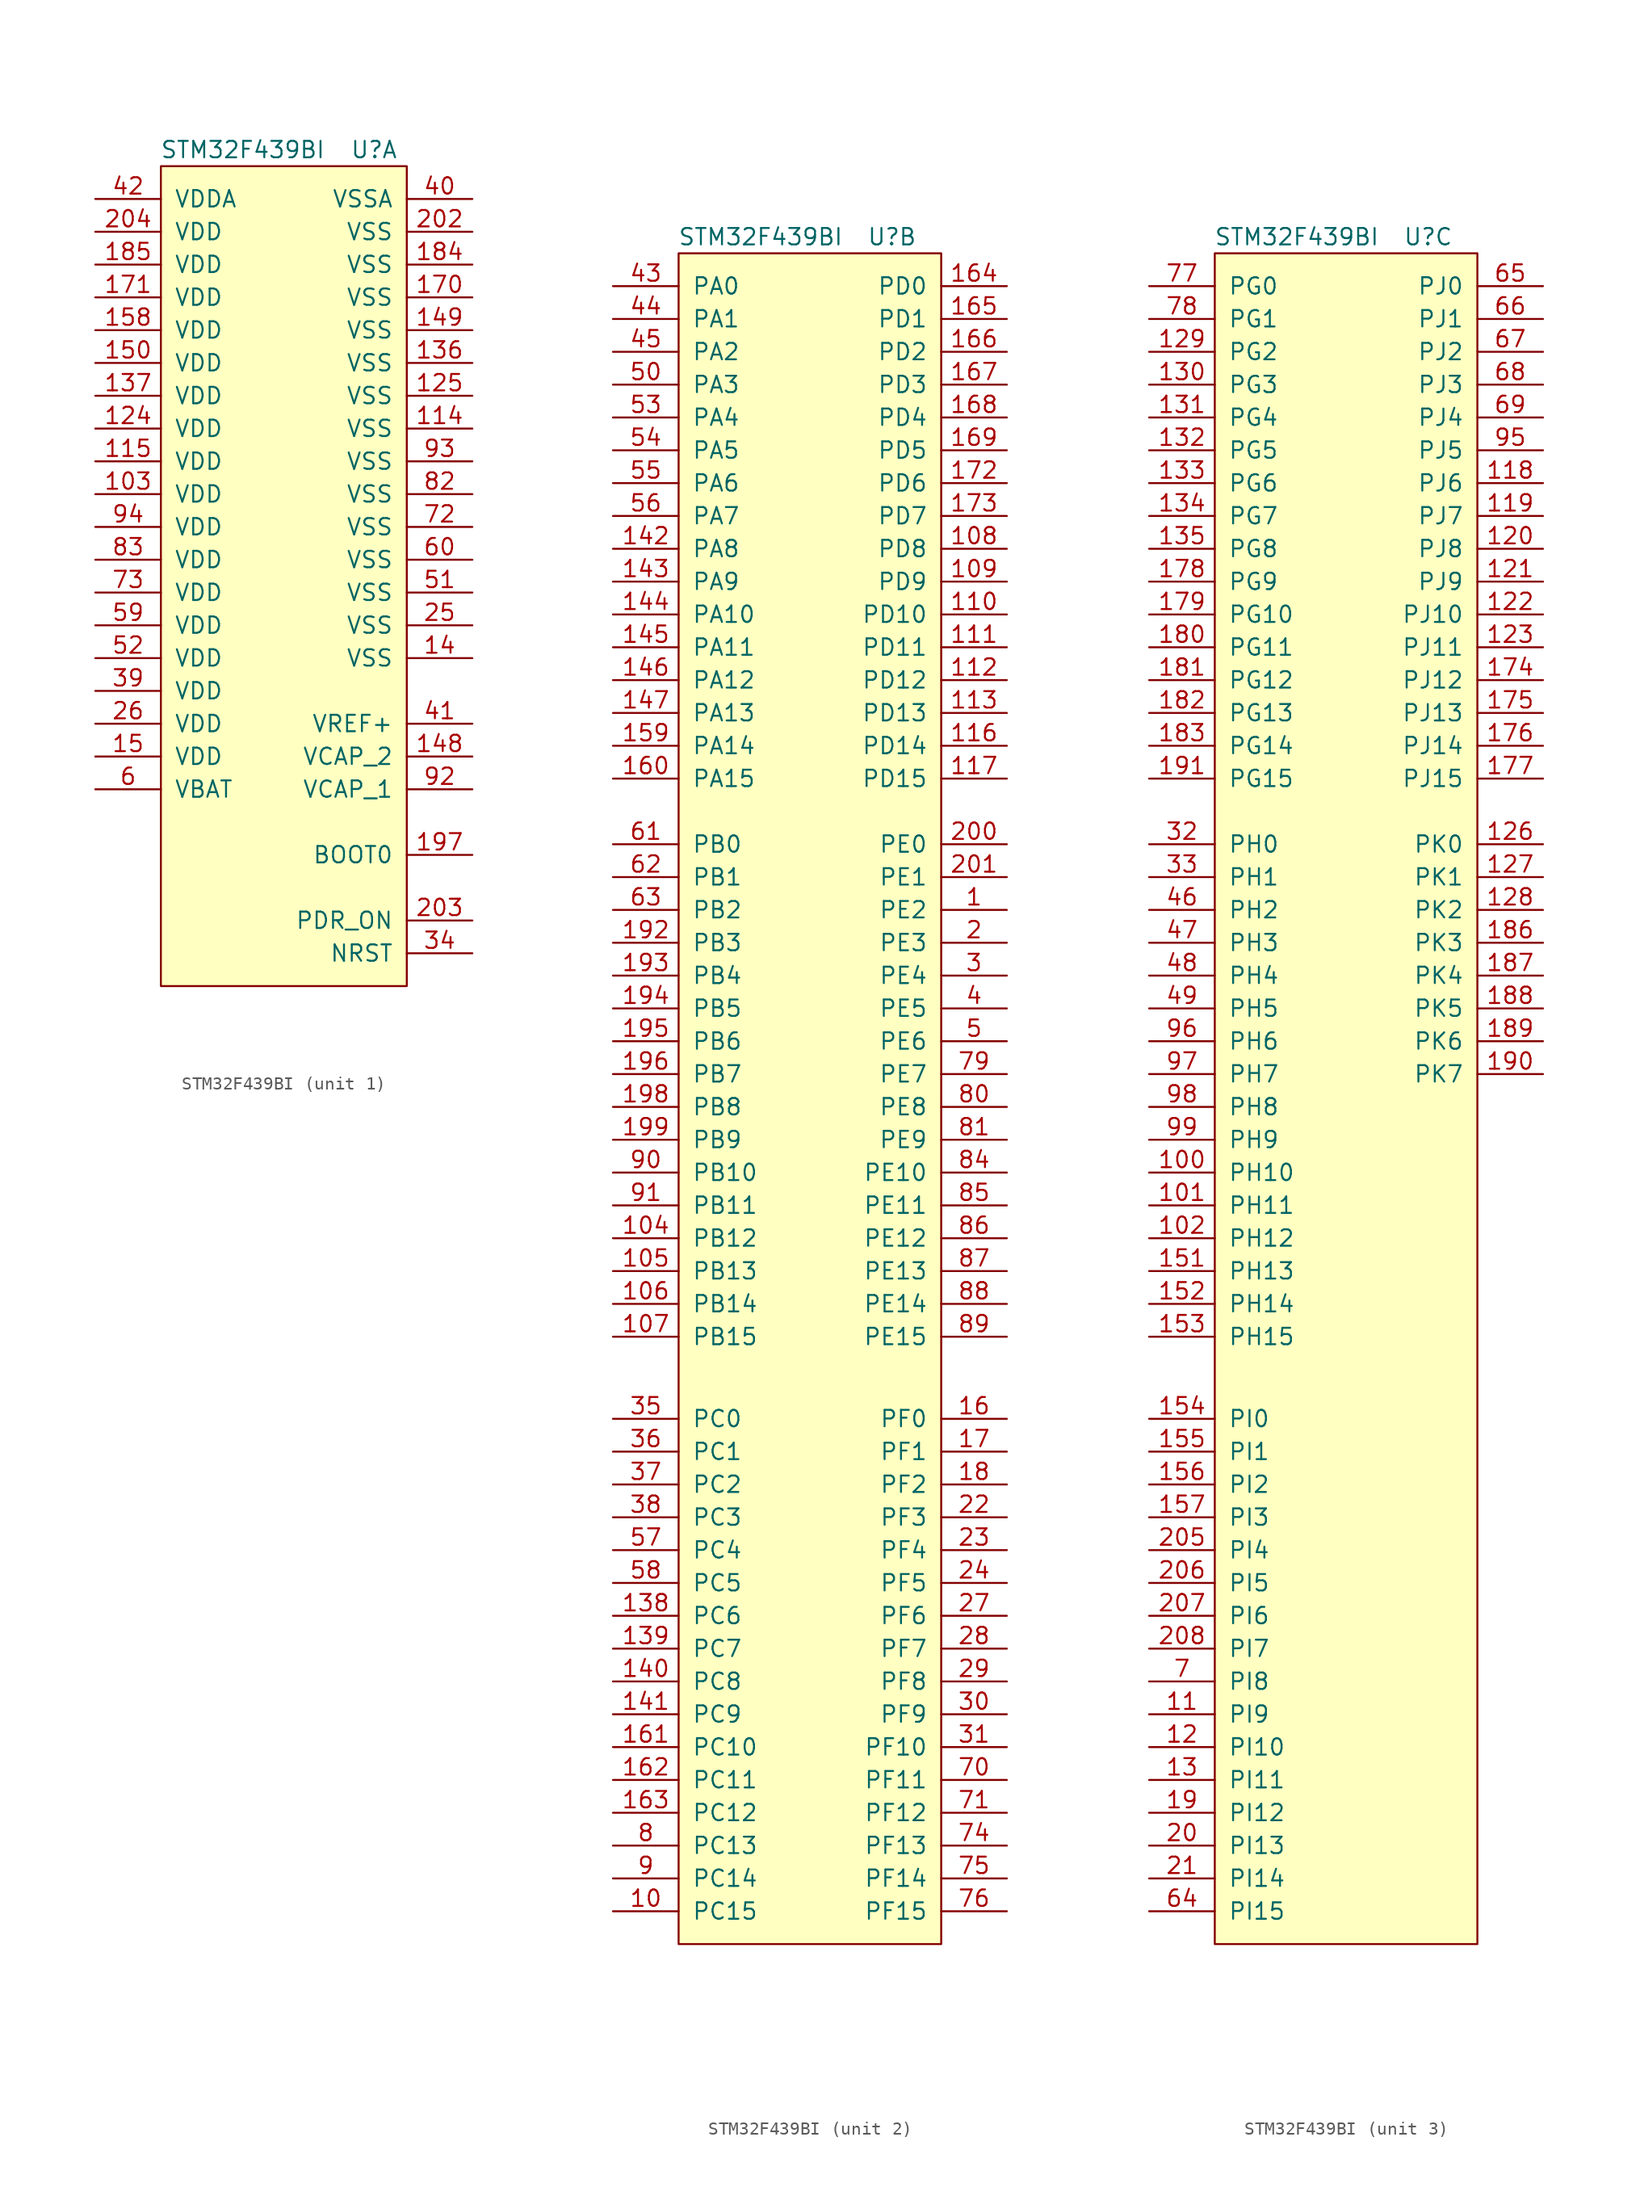
<source format=kicad_sym>
(kicad_symbol_lib
  (version 20211014)
  (generator kicad_symbol_editor)
  (symbol "STM32F439BI"
    (pin_names
      (offset 1.016))
    (property "Reference" "U"
      (at 6.35 67.31 0)
      (effects (font (size 1.27 1.27))))
    (property "Value" "STM32F439BI"
      (at -3.81 67.31 0)
      (effects (font (size 1.27 1.27))))
    (property "ki_locked" ""
      (at 0 0 0)
      (effects (font (size 1.27 1.27))))
    (symbol "STM32F439BI_1_1"
      (rectangle (start -10.16 66.04) (end 8.89 2.54) (stroke (width 0) (type default) (color 0 0 0 0)) (fill (type background)))
      (pin power_in line (at -15.24 40.64 0) (length 5.08) (name "VDD" (effects (font (size 1.27 1.27)))) (number "103" (effects (font (size 1.27 1.27)))))
      (pin power_in line (at 13.97 45.72 180) (length 5.08) (name "VSS" (effects (font (size 1.27 1.27)))) (number "114" (effects (font (size 1.27 1.27)))))
      (pin power_in line (at -15.24 43.18 0) (length 5.08) (name "VDD" (effects (font (size 1.27 1.27)))) (number "115" (effects (font (size 1.27 1.27)))))
      (pin power_in line (at -15.24 45.72 0) (length 5.08) (name "VDD" (effects (font (size 1.27 1.27)))) (number "124" (effects (font (size 1.27 1.27)))))
      (pin power_in line (at 13.97 48.26 180) (length 5.08) (name "VSS" (effects (font (size 1.27 1.27)))) (number "125" (effects (font (size 1.27 1.27)))))
      (pin power_in line (at 13.97 50.8 180) (length 5.08) (name "VSS" (effects (font (size 1.27 1.27)))) (number "136" (effects (font (size 1.27 1.27)))))
      (pin power_in line (at -15.24 48.26 0) (length 5.08) (name "VDD" (effects (font (size 1.27 1.27)))) (number "137" (effects (font (size 1.27 1.27)))))
      (pin power_in line (at 13.97 27.94 180) (length 5.08) (name "VSS" (effects (font (size 1.27 1.27)))) (number "14" (effects (font (size 1.27 1.27)))))
      (pin power_in line (at 13.97 20.32 180) (length 5.08) (name "VCAP_2" (effects (font (size 1.27 1.27)))) (number "148" (effects (font (size 1.27 1.27)))))
      (pin power_in line (at 13.97 53.34 180) (length 5.08) (name "VSS" (effects (font (size 1.27 1.27)))) (number "149" (effects (font (size 1.27 1.27)))))
      (pin power_in line (at -15.24 20.32 0) (length 5.08) (name "VDD" (effects (font (size 1.27 1.27)))) (number "15" (effects (font (size 1.27 1.27)))))
      (pin power_in line (at -15.24 50.8 0) (length 5.08) (name "VDD" (effects (font (size 1.27 1.27)))) (number "150" (effects (font (size 1.27 1.27)))))
      (pin power_in line (at -15.24 53.34 0) (length 5.08) (name "VDD" (effects (font (size 1.27 1.27)))) (number "158" (effects (font (size 1.27 1.27)))))
      (pin power_in line (at 13.97 55.88 180) (length 5.08) (name "VSS" (effects (font (size 1.27 1.27)))) (number "170" (effects (font (size 1.27 1.27)))))
      (pin power_in line (at -15.24 55.88 0) (length 5.08) (name "VDD" (effects (font (size 1.27 1.27)))) (number "171" (effects (font (size 1.27 1.27)))))
      (pin power_in line (at 13.97 58.42 180) (length 5.08) (name "VSS" (effects (font (size 1.27 1.27)))) (number "184" (effects (font (size 1.27 1.27)))))
      (pin power_in line (at -15.24 58.42 0) (length 5.08) (name "VDD" (effects (font (size 1.27 1.27)))) (number "185" (effects (font (size 1.27 1.27)))))
      (pin input line (at 13.97 12.7 180) (length 5.08) (name "BOOT0" (effects (font (size 1.27 1.27)))) (number "197" (effects (font (size 1.27 1.27)))))
      (pin power_in line (at 13.97 60.96 180) (length 5.08) (name "VSS" (effects (font (size 1.27 1.27)))) (number "202" (effects (font (size 1.27 1.27)))))
      (pin input line (at 13.97 7.62 180) (length 5.08) (name "PDR_ON" (effects (font (size 1.27 1.27)))) (number "203" (effects (font (size 1.27 1.27)))))
      (pin power_in line (at -15.24 60.96 0) (length 5.08) (name "VDD" (effects (font (size 1.27 1.27)))) (number "204" (effects (font (size 1.27 1.27)))))
      (pin power_in line (at 13.97 30.48 180) (length 5.08) (name "VSS" (effects (font (size 1.27 1.27)))) (number "25" (effects (font (size 1.27 1.27)))))
      (pin power_in line (at -15.24 22.86 0) (length 5.08) (name "VDD" (effects (font (size 1.27 1.27)))) (number "26" (effects (font (size 1.27 1.27)))))
      (pin input line (at 13.97 5.08 180) (length 5.08) (name "NRST" (effects (font (size 1.27 1.27)))) (number "34" (effects (font (size 1.27 1.27)))))
      (pin power_in line (at -15.24 25.4 0) (length 5.08) (name "VDD" (effects (font (size 1.27 1.27)))) (number "39" (effects (font (size 1.27 1.27)))))
      (pin power_in line (at 13.97 63.5 180) (length 5.08) (name "VSSA" (effects (font (size 1.27 1.27)))) (number "40" (effects (font (size 1.27 1.27)))))
      (pin power_in line (at 13.97 22.86 180) (length 5.08) (name "VREF+" (effects (font (size 1.27 1.27)))) (number "41" (effects (font (size 1.27 1.27)))))
      (pin power_in line (at -15.24 63.5 0) (length 5.08) (name "VDDA" (effects (font (size 1.27 1.27)))) (number "42" (effects (font (size 1.27 1.27)))))
      (pin power_in line (at 13.97 33.02 180) (length 5.08) (name "VSS" (effects (font (size 1.27 1.27)))) (number "51" (effects (font (size 1.27 1.27)))))
      (pin power_in line (at -15.24 27.94 0) (length 5.08) (name "VDD" (effects (font (size 1.27 1.27)))) (number "52" (effects (font (size 1.27 1.27)))))
      (pin power_in line (at -15.24 30.48 0) (length 5.08) (name "VDD" (effects (font (size 1.27 1.27)))) (number "59" (effects (font (size 1.27 1.27)))))
      (pin power_in line (at -15.24 17.78 0) (length 5.08) (name "VBAT" (effects (font (size 1.27 1.27)))) (number "6" (effects (font (size 1.27 1.27)))))
      (pin power_in line (at 13.97 35.56 180) (length 5.08) (name "VSS" (effects (font (size 1.27 1.27)))) (number "60" (effects (font (size 1.27 1.27)))))
      (pin power_in line (at 13.97 38.1 180) (length 5.08) (name "VSS" (effects (font (size 1.27 1.27)))) (number "72" (effects (font (size 1.27 1.27)))))
      (pin power_in line (at -15.24 33.02 0) (length 5.08) (name "VDD" (effects (font (size 1.27 1.27)))) (number "73" (effects (font (size 1.27 1.27)))))
      (pin power_in line (at 13.97 40.64 180) (length 5.08) (name "VSS" (effects (font (size 1.27 1.27)))) (number "82" (effects (font (size 1.27 1.27)))))
      (pin power_in line (at -15.24 35.56 0) (length 5.08) (name "VDD" (effects (font (size 1.27 1.27)))) (number "83" (effects (font (size 1.27 1.27)))))
      (pin power_in line (at 13.97 17.78 180) (length 5.08) (name "VCAP_1" (effects (font (size 1.27 1.27)))) (number "92" (effects (font (size 1.27 1.27)))))
      (pin power_in line (at 13.97 43.18 180) (length 5.08) (name "VSS" (effects (font (size 1.27 1.27)))) (number "93" (effects (font (size 1.27 1.27)))))
      (pin power_in line (at -15.24 38.1 0) (length 5.08) (name "VDD" (effects (font (size 1.27 1.27)))) (number "94" (effects (font (size 1.27 1.27))))))
    (symbol "STM32F439BI_2_1"
      (rectangle (start -10.16 66.04) (end 10.16 -64.77) (stroke (width 0) (type default) (color 0 0 0 0)) (fill (type background)))
      (pin bidirectional line (at 15.24 15.24 180) (length 5.08) (name "PE2" (effects (font (size 1.27 1.27)))) (number "1" (effects (font (size 1.27 1.27)))))
      (pin bidirectional line (at -15.24 -62.23 0) (length 5.08) (name "PC15" (effects (font (size 1.27 1.27)))) (number "10" (effects (font (size 1.27 1.27)))))
      (pin bidirectional line (at -15.24 -10.16 0) (length 5.08) (name "PB12" (effects (font (size 1.27 1.27)))) (number "104" (effects (font (size 1.27 1.27)))))
      (pin bidirectional line (at -15.24 -12.7 0) (length 5.08) (name "PB13" (effects (font (size 1.27 1.27)))) (number "105" (effects (font (size 1.27 1.27)))))
      (pin bidirectional line (at -15.24 -15.24 0) (length 5.08) (name "PB14" (effects (font (size 1.27 1.27)))) (number "106" (effects (font (size 1.27 1.27)))))
      (pin bidirectional line (at -15.24 -17.78 0) (length 5.08) (name "PB15" (effects (font (size 1.27 1.27)))) (number "107" (effects (font (size 1.27 1.27)))))
      (pin bidirectional line (at 15.24 43.18 180) (length 5.08) (name "PD8" (effects (font (size 1.27 1.27)))) (number "108" (effects (font (size 1.27 1.27)))))
      (pin bidirectional line (at 15.24 40.64 180) (length 5.08) (name "PD9" (effects (font (size 1.27 1.27)))) (number "109" (effects (font (size 1.27 1.27)))))
      (pin bidirectional line (at 15.24 38.1 180) (length 5.08) (name "PD10" (effects (font (size 1.27 1.27)))) (number "110" (effects (font (size 1.27 1.27)))))
      (pin bidirectional line (at 15.24 35.56 180) (length 5.08) (name "PD11" (effects (font (size 1.27 1.27)))) (number "111" (effects (font (size 1.27 1.27)))))
      (pin bidirectional line (at 15.24 33.02 180) (length 5.08) (name "PD12" (effects (font (size 1.27 1.27)))) (number "112" (effects (font (size 1.27 1.27)))))
      (pin bidirectional line (at 15.24 30.48 180) (length 5.08) (name "PD13" (effects (font (size 1.27 1.27)))) (number "113" (effects (font (size 1.27 1.27)))))
      (pin bidirectional line (at 15.24 27.94 180) (length 5.08) (name "PD14" (effects (font (size 1.27 1.27)))) (number "116" (effects (font (size 1.27 1.27)))))
      (pin bidirectional line (at 15.24 25.4 180) (length 5.08) (name "PD15" (effects (font (size 1.27 1.27)))) (number "117" (effects (font (size 1.27 1.27)))))
      (pin bidirectional line (at -15.24 -39.37 0) (length 5.08) (name "PC6" (effects (font (size 1.27 1.27)))) (number "138" (effects (font (size 1.27 1.27)))))
      (pin bidirectional line (at -15.24 -41.91 0) (length 5.08) (name "PC7" (effects (font (size 1.27 1.27)))) (number "139" (effects (font (size 1.27 1.27)))))
      (pin bidirectional line (at -15.24 -44.45 0) (length 5.08) (name "PC8" (effects (font (size 1.27 1.27)))) (number "140" (effects (font (size 1.27 1.27)))))
      (pin bidirectional line (at -15.24 -46.99 0) (length 5.08) (name "PC9" (effects (font (size 1.27 1.27)))) (number "141" (effects (font (size 1.27 1.27)))))
      (pin bidirectional line (at -15.24 43.18 0) (length 5.08) (name "PA8" (effects (font (size 1.27 1.27)))) (number "142" (effects (font (size 1.27 1.27)))))
      (pin bidirectional line (at -15.24 40.64 0) (length 5.08) (name "PA9" (effects (font (size 1.27 1.27)))) (number "143" (effects (font (size 1.27 1.27)))))
      (pin bidirectional line (at -15.24 38.1 0) (length 5.08) (name "PA10" (effects (font (size 1.27 1.27)))) (number "144" (effects (font (size 1.27 1.27)))))
      (pin bidirectional line (at -15.24 35.56 0) (length 5.08) (name "PA11" (effects (font (size 1.27 1.27)))) (number "145" (effects (font (size 1.27 1.27)))))
      (pin bidirectional line (at -15.24 33.02 0) (length 5.08) (name "PA12" (effects (font (size 1.27 1.27)))) (number "146" (effects (font (size 1.27 1.27)))))
      (pin bidirectional line (at -15.24 30.48 0) (length 5.08) (name "PA13" (effects (font (size 1.27 1.27)))) (number "147" (effects (font (size 1.27 1.27)))))
      (pin bidirectional line (at -15.24 27.94 0) (length 5.08) (name "PA14" (effects (font (size 1.27 1.27)))) (number "159" (effects (font (size 1.27 1.27)))))
      (pin bidirectional line (at 15.24 -24.13 180) (length 5.08) (name "PF0" (effects (font (size 1.27 1.27)))) (number "16" (effects (font (size 1.27 1.27)))))
      (pin bidirectional line (at -15.24 25.4 0) (length 5.08) (name "PA15" (effects (font (size 1.27 1.27)))) (number "160" (effects (font (size 1.27 1.27)))))
      (pin bidirectional line (at -15.24 -49.53 0) (length 5.08) (name "PC10" (effects (font (size 1.27 1.27)))) (number "161" (effects (font (size 1.27 1.27)))))
      (pin bidirectional line (at -15.24 -52.07 0) (length 5.08) (name "PC11" (effects (font (size 1.27 1.27)))) (number "162" (effects (font (size 1.27 1.27)))))
      (pin bidirectional line (at -15.24 -54.61 0) (length 5.08) (name "PC12" (effects (font (size 1.27 1.27)))) (number "163" (effects (font (size 1.27 1.27)))))
      (pin bidirectional line (at 15.24 63.5 180) (length 5.08) (name "PD0" (effects (font (size 1.27 1.27)))) (number "164" (effects (font (size 1.27 1.27)))))
      (pin bidirectional line (at 15.24 60.96 180) (length 5.08) (name "PD1" (effects (font (size 1.27 1.27)))) (number "165" (effects (font (size 1.27 1.27)))))
      (pin bidirectional line (at 15.24 58.42 180) (length 5.08) (name "PD2" (effects (font (size 1.27 1.27)))) (number "166" (effects (font (size 1.27 1.27)))))
      (pin bidirectional line (at 15.24 55.88 180) (length 5.08) (name "PD3" (effects (font (size 1.27 1.27)))) (number "167" (effects (font (size 1.27 1.27)))))
      (pin bidirectional line (at 15.24 53.34 180) (length 5.08) (name "PD4" (effects (font (size 1.27 1.27)))) (number "168" (effects (font (size 1.27 1.27)))))
      (pin bidirectional line (at 15.24 50.8 180) (length 5.08) (name "PD5" (effects (font (size 1.27 1.27)))) (number "169" (effects (font (size 1.27 1.27)))))
      (pin bidirectional line (at 15.24 -26.67 180) (length 5.08) (name "PF1" (effects (font (size 1.27 1.27)))) (number "17" (effects (font (size 1.27 1.27)))))
      (pin bidirectional line (at 15.24 48.26 180) (length 5.08) (name "PD6" (effects (font (size 1.27 1.27)))) (number "172" (effects (font (size 1.27 1.27)))))
      (pin bidirectional line (at 15.24 45.72 180) (length 5.08) (name "PD7" (effects (font (size 1.27 1.27)))) (number "173" (effects (font (size 1.27 1.27)))))
      (pin bidirectional line (at 15.24 -29.21 180) (length 5.08) (name "PF2" (effects (font (size 1.27 1.27)))) (number "18" (effects (font (size 1.27 1.27)))))
      (pin bidirectional line (at -15.24 12.7 0) (length 5.08) (name "PB3" (effects (font (size 1.27 1.27)))) (number "192" (effects (font (size 1.27 1.27)))))
      (pin bidirectional line (at -15.24 10.16 0) (length 5.08) (name "PB4" (effects (font (size 1.27 1.27)))) (number "193" (effects (font (size 1.27 1.27)))))
      (pin bidirectional line (at -15.24 7.62 0) (length 5.08) (name "PB5" (effects (font (size 1.27 1.27)))) (number "194" (effects (font (size 1.27 1.27)))))
      (pin bidirectional line (at -15.24 5.08 0) (length 5.08) (name "PB6" (effects (font (size 1.27 1.27)))) (number "195" (effects (font (size 1.27 1.27)))))
      (pin bidirectional line (at -15.24 2.54 0) (length 5.08) (name "PB7" (effects (font (size 1.27 1.27)))) (number "196" (effects (font (size 1.27 1.27)))))
      (pin bidirectional line (at -15.24 0 0) (length 5.08) (name "PB8" (effects (font (size 1.27 1.27)))) (number "198" (effects (font (size 1.27 1.27)))))
      (pin bidirectional line (at -15.24 -2.54 0) (length 5.08) (name "PB9" (effects (font (size 1.27 1.27)))) (number "199" (effects (font (size 1.27 1.27)))))
      (pin bidirectional line (at 15.24 12.7 180) (length 5.08) (name "PE3" (effects (font (size 1.27 1.27)))) (number "2" (effects (font (size 1.27 1.27)))))
      (pin bidirectional line (at 15.24 20.32 180) (length 5.08) (name "PE0" (effects (font (size 1.27 1.27)))) (number "200" (effects (font (size 1.27 1.27)))))
      (pin bidirectional line (at 15.24 17.78 180) (length 5.08) (name "PE1" (effects (font (size 1.27 1.27)))) (number "201" (effects (font (size 1.27 1.27)))))
      (pin bidirectional line (at 15.24 -31.75 180) (length 5.08) (name "PF3" (effects (font (size 1.27 1.27)))) (number "22" (effects (font (size 1.27 1.27)))))
      (pin bidirectional line (at 15.24 -34.29 180) (length 5.08) (name "PF4" (effects (font (size 1.27 1.27)))) (number "23" (effects (font (size 1.27 1.27)))))
      (pin bidirectional line (at 15.24 -36.83 180) (length 5.08) (name "PF5" (effects (font (size 1.27 1.27)))) (number "24" (effects (font (size 1.27 1.27)))))
      (pin bidirectional line (at 15.24 -39.37 180) (length 5.08) (name "PF6" (effects (font (size 1.27 1.27)))) (number "27" (effects (font (size 1.27 1.27)))))
      (pin bidirectional line (at 15.24 -41.91 180) (length 5.08) (name "PF7" (effects (font (size 1.27 1.27)))) (number "28" (effects (font (size 1.27 1.27)))))
      (pin bidirectional line (at 15.24 -44.45 180) (length 5.08) (name "PF8" (effects (font (size 1.27 1.27)))) (number "29" (effects (font (size 1.27 1.27)))))
      (pin bidirectional line (at 15.24 10.16 180) (length 5.08) (name "PE4" (effects (font (size 1.27 1.27)))) (number "3" (effects (font (size 1.27 1.27)))))
      (pin bidirectional line (at 15.24 -46.99 180) (length 5.08) (name "PF9" (effects (font (size 1.27 1.27)))) (number "30" (effects (font (size 1.27 1.27)))))
      (pin bidirectional line (at 15.24 -49.53 180) (length 5.08) (name "PF10" (effects (font (size 1.27 1.27)))) (number "31" (effects (font (size 1.27 1.27)))))
      (pin bidirectional line (at -15.24 -24.13 0) (length 5.08) (name "PC0" (effects (font (size 1.27 1.27)))) (number "35" (effects (font (size 1.27 1.27)))))
      (pin bidirectional line (at -15.24 -26.67 0) (length 5.08) (name "PC1" (effects (font (size 1.27 1.27)))) (number "36" (effects (font (size 1.27 1.27)))))
      (pin bidirectional line (at -15.24 -29.21 0) (length 5.08) (name "PC2" (effects (font (size 1.27 1.27)))) (number "37" (effects (font (size 1.27 1.27)))))
      (pin bidirectional line (at -15.24 -31.75 0) (length 5.08) (name "PC3" (effects (font (size 1.27 1.27)))) (number "38" (effects (font (size 1.27 1.27)))))
      (pin bidirectional line (at 15.24 7.62 180) (length 5.08) (name "PE5" (effects (font (size 1.27 1.27)))) (number "4" (effects (font (size 1.27 1.27)))))
      (pin bidirectional line (at -15.24 63.5 0) (length 5.08) (name "PA0" (effects (font (size 1.27 1.27)))) (number "43" (effects (font (size 1.27 1.27)))))
      (pin bidirectional line (at -15.24 60.96 0) (length 5.08) (name "PA1" (effects (font (size 1.27 1.27)))) (number "44" (effects (font (size 1.27 1.27)))))
      (pin bidirectional line (at -15.24 58.42 0) (length 5.08) (name "PA2" (effects (font (size 1.27 1.27)))) (number "45" (effects (font (size 1.27 1.27)))))
      (pin bidirectional line (at 15.24 5.08 180) (length 5.08) (name "PE6" (effects (font (size 1.27 1.27)))) (number "5" (effects (font (size 1.27 1.27)))))
      (pin bidirectional line (at -15.24 55.88 0) (length 5.08) (name "PA3" (effects (font (size 1.27 1.27)))) (number "50" (effects (font (size 1.27 1.27)))))
      (pin bidirectional line (at -15.24 53.34 0) (length 5.08) (name "PA4" (effects (font (size 1.27 1.27)))) (number "53" (effects (font (size 1.27 1.27)))))
      (pin bidirectional line (at -15.24 50.8 0) (length 5.08) (name "PA5" (effects (font (size 1.27 1.27)))) (number "54" (effects (font (size 1.27 1.27)))))
      (pin bidirectional line (at -15.24 48.26 0) (length 5.08) (name "PA6" (effects (font (size 1.27 1.27)))) (number "55" (effects (font (size 1.27 1.27)))))
      (pin bidirectional line (at -15.24 45.72 0) (length 5.08) (name "PA7" (effects (font (size 1.27 1.27)))) (number "56" (effects (font (size 1.27 1.27)))))
      (pin bidirectional line (at -15.24 -34.29 0) (length 5.08) (name "PC4" (effects (font (size 1.27 1.27)))) (number "57" (effects (font (size 1.27 1.27)))))
      (pin bidirectional line (at -15.24 -36.83 0) (length 5.08) (name "PC5" (effects (font (size 1.27 1.27)))) (number "58" (effects (font (size 1.27 1.27)))))
      (pin bidirectional line (at -15.24 20.32 0) (length 5.08) (name "PB0" (effects (font (size 1.27 1.27)))) (number "61" (effects (font (size 1.27 1.27)))))
      (pin bidirectional line (at -15.24 17.78 0) (length 5.08) (name "PB1" (effects (font (size 1.27 1.27)))) (number "62" (effects (font (size 1.27 1.27)))))
      (pin bidirectional line (at -15.24 15.24 0) (length 5.08) (name "PB2" (effects (font (size 1.27 1.27)))) (number "63" (effects (font (size 1.27 1.27)))))
      (pin bidirectional line (at 15.24 -52.07 180) (length 5.08) (name "PF11" (effects (font (size 1.27 1.27)))) (number "70" (effects (font (size 1.27 1.27)))))
      (pin bidirectional line (at 15.24 -54.61 180) (length 5.08) (name "PF12" (effects (font (size 1.27 1.27)))) (number "71" (effects (font (size 1.27 1.27)))))
      (pin bidirectional line (at 15.24 -57.15 180) (length 5.08) (name "PF13" (effects (font (size 1.27 1.27)))) (number "74" (effects (font (size 1.27 1.27)))))
      (pin bidirectional line (at 15.24 -59.69 180) (length 5.08) (name "PF14" (effects (font (size 1.27 1.27)))) (number "75" (effects (font (size 1.27 1.27)))))
      (pin bidirectional line (at 15.24 -62.23 180) (length 5.08) (name "PF15" (effects (font (size 1.27 1.27)))) (number "76" (effects (font (size 1.27 1.27)))))
      (pin bidirectional line (at 15.24 2.54 180) (length 5.08) (name "PE7" (effects (font (size 1.27 1.27)))) (number "79" (effects (font (size 1.27 1.27)))))
      (pin bidirectional line (at -15.24 -57.15 0) (length 5.08) (name "PC13" (effects (font (size 1.27 1.27)))) (number "8" (effects (font (size 1.27 1.27)))))
      (pin bidirectional line (at 15.24 0 180) (length 5.08) (name "PE8" (effects (font (size 1.27 1.27)))) (number "80" (effects (font (size 1.27 1.27)))))
      (pin bidirectional line (at 15.24 -2.54 180) (length 5.08) (name "PE9" (effects (font (size 1.27 1.27)))) (number "81" (effects (font (size 1.27 1.27)))))
      (pin bidirectional line (at 15.24 -5.08 180) (length 5.08) (name "PE10" (effects (font (size 1.27 1.27)))) (number "84" (effects (font (size 1.27 1.27)))))
      (pin bidirectional line (at 15.24 -7.62 180) (length 5.08) (name "PE11" (effects (font (size 1.27 1.27)))) (number "85" (effects (font (size 1.27 1.27)))))
      (pin bidirectional line (at 15.24 -10.16 180) (length 5.08) (name "PE12" (effects (font (size 1.27 1.27)))) (number "86" (effects (font (size 1.27 1.27)))))
      (pin bidirectional line (at 15.24 -12.7 180) (length 5.08) (name "PE13" (effects (font (size 1.27 1.27)))) (number "87" (effects (font (size 1.27 1.27)))))
      (pin bidirectional line (at 15.24 -15.24 180) (length 5.08) (name "PE14" (effects (font (size 1.27 1.27)))) (number "88" (effects (font (size 1.27 1.27)))))
      (pin bidirectional line (at 15.24 -17.78 180) (length 5.08) (name "PE15" (effects (font (size 1.27 1.27)))) (number "89" (effects (font (size 1.27 1.27)))))
      (pin bidirectional line (at -15.24 -59.69 0) (length 5.08) (name "PC14" (effects (font (size 1.27 1.27)))) (number "9" (effects (font (size 1.27 1.27)))))
      (pin bidirectional line (at -15.24 -5.08 0) (length 5.08) (name "PB10" (effects (font (size 1.27 1.27)))) (number "90" (effects (font (size 1.27 1.27)))))
      (pin bidirectional line (at -15.24 -7.62 0) (length 5.08) (name "PB11" (effects (font (size 1.27 1.27)))) (number "91" (effects (font (size 1.27 1.27))))))
    (symbol "STM32F439BI_3_1"
      (rectangle (start -10.16 66.04) (end 10.16 -64.77) (stroke (width 0) (type default) (color 0 0 0 0)) (fill (type background)))
      (pin bidirectional line (at -15.24 -5.08 0) (length 5.08) (name "PH10" (effects (font (size 1.27 1.27)))) (number "100" (effects (font (size 1.27 1.27)))))
      (pin bidirectional line (at -15.24 -7.62 0) (length 5.08) (name "PH11" (effects (font (size 1.27 1.27)))) (number "101" (effects (font (size 1.27 1.27)))))
      (pin bidirectional line (at -15.24 -10.16 0) (length 5.08) (name "PH12" (effects (font (size 1.27 1.27)))) (number "102" (effects (font (size 1.27 1.27)))))
      (pin bidirectional line (at -15.24 -46.99 0) (length 5.08) (name "PI9" (effects (font (size 1.27 1.27)))) (number "11" (effects (font (size 1.27 1.27)))))
      (pin bidirectional line (at 15.24 48.26 180) (length 5.08) (name "PJ6" (effects (font (size 1.27 1.27)))) (number "118" (effects (font (size 1.27 1.27)))))
      (pin bidirectional line (at 15.24 45.72 180) (length 5.08) (name "PJ7" (effects (font (size 1.27 1.27)))) (number "119" (effects (font (size 1.27 1.27)))))
      (pin bidirectional line (at -15.24 -49.53 0) (length 5.08) (name "PI10" (effects (font (size 1.27 1.27)))) (number "12" (effects (font (size 1.27 1.27)))))
      (pin bidirectional line (at 15.24 43.18 180) (length 5.08) (name "PJ8" (effects (font (size 1.27 1.27)))) (number "120" (effects (font (size 1.27 1.27)))))
      (pin bidirectional line (at 15.24 40.64 180) (length 5.08) (name "PJ9" (effects (font (size 1.27 1.27)))) (number "121" (effects (font (size 1.27 1.27)))))
      (pin bidirectional line (at 15.24 38.1 180) (length 5.08) (name "PJ10" (effects (font (size 1.27 1.27)))) (number "122" (effects (font (size 1.27 1.27)))))
      (pin bidirectional line (at 15.24 35.56 180) (length 5.08) (name "PJ11" (effects (font (size 1.27 1.27)))) (number "123" (effects (font (size 1.27 1.27)))))
      (pin bidirectional line (at 15.24 20.32 180) (length 5.08) (name "PK0" (effects (font (size 1.27 1.27)))) (number "126" (effects (font (size 1.27 1.27)))))
      (pin bidirectional line (at 15.24 17.78 180) (length 5.08) (name "PK1" (effects (font (size 1.27 1.27)))) (number "127" (effects (font (size 1.27 1.27)))))
      (pin bidirectional line (at 15.24 15.24 180) (length 5.08) (name "PK2" (effects (font (size 1.27 1.27)))) (number "128" (effects (font (size 1.27 1.27)))))
      (pin bidirectional line (at -15.24 58.42 0) (length 5.08) (name "PG2" (effects (font (size 1.27 1.27)))) (number "129" (effects (font (size 1.27 1.27)))))
      (pin bidirectional line (at -15.24 -52.07 0) (length 5.08) (name "PI11" (effects (font (size 1.27 1.27)))) (number "13" (effects (font (size 1.27 1.27)))))
      (pin bidirectional line (at -15.24 55.88 0) (length 5.08) (name "PG3" (effects (font (size 1.27 1.27)))) (number "130" (effects (font (size 1.27 1.27)))))
      (pin bidirectional line (at -15.24 53.34 0) (length 5.08) (name "PG4" (effects (font (size 1.27 1.27)))) (number "131" (effects (font (size 1.27 1.27)))))
      (pin bidirectional line (at -15.24 50.8 0) (length 5.08) (name "PG5" (effects (font (size 1.27 1.27)))) (number "132" (effects (font (size 1.27 1.27)))))
      (pin bidirectional line (at -15.24 48.26 0) (length 5.08) (name "PG6" (effects (font (size 1.27 1.27)))) (number "133" (effects (font (size 1.27 1.27)))))
      (pin bidirectional line (at -15.24 45.72 0) (length 5.08) (name "PG7" (effects (font (size 1.27 1.27)))) (number "134" (effects (font (size 1.27 1.27)))))
      (pin bidirectional line (at -15.24 43.18 0) (length 5.08) (name "PG8" (effects (font (size 1.27 1.27)))) (number "135" (effects (font (size 1.27 1.27)))))
      (pin bidirectional line (at -15.24 -12.7 0) (length 5.08) (name "PH13" (effects (font (size 1.27 1.27)))) (number "151" (effects (font (size 1.27 1.27)))))
      (pin bidirectional line (at -15.24 -15.24 0) (length 5.08) (name "PH14" (effects (font (size 1.27 1.27)))) (number "152" (effects (font (size 1.27 1.27)))))
      (pin bidirectional line (at -15.24 -17.78 0) (length 5.08) (name "PH15" (effects (font (size 1.27 1.27)))) (number "153" (effects (font (size 1.27 1.27)))))
      (pin bidirectional line (at -15.24 -24.13 0) (length 5.08) (name "PI0" (effects (font (size 1.27 1.27)))) (number "154" (effects (font (size 1.27 1.27)))))
      (pin bidirectional line (at -15.24 -26.67 0) (length 5.08) (name "PI1" (effects (font (size 1.27 1.27)))) (number "155" (effects (font (size 1.27 1.27)))))
      (pin bidirectional line (at -15.24 -29.21 0) (length 5.08) (name "PI2" (effects (font (size 1.27 1.27)))) (number "156" (effects (font (size 1.27 1.27)))))
      (pin bidirectional line (at -15.24 -31.75 0) (length 5.08) (name "PI3" (effects (font (size 1.27 1.27)))) (number "157" (effects (font (size 1.27 1.27)))))
      (pin bidirectional line (at 15.24 33.02 180) (length 5.08) (name "PJ12" (effects (font (size 1.27 1.27)))) (number "174" (effects (font (size 1.27 1.27)))))
      (pin bidirectional line (at 15.24 30.48 180) (length 5.08) (name "PJ13" (effects (font (size 1.27 1.27)))) (number "175" (effects (font (size 1.27 1.27)))))
      (pin bidirectional line (at 15.24 27.94 180) (length 5.08) (name "PJ14" (effects (font (size 1.27 1.27)))) (number "176" (effects (font (size 1.27 1.27)))))
      (pin bidirectional line (at 15.24 25.4 180) (length 5.08) (name "PJ15" (effects (font (size 1.27 1.27)))) (number "177" (effects (font (size 1.27 1.27)))))
      (pin bidirectional line (at -15.24 40.64 0) (length 5.08) (name "PG9" (effects (font (size 1.27 1.27)))) (number "178" (effects (font (size 1.27 1.27)))))
      (pin bidirectional line (at -15.24 38.1 0) (length 5.08) (name "PG10" (effects (font (size 1.27 1.27)))) (number "179" (effects (font (size 1.27 1.27)))))
      (pin bidirectional line (at -15.24 35.56 0) (length 5.08) (name "PG11" (effects (font (size 1.27 1.27)))) (number "180" (effects (font (size 1.27 1.27)))))
      (pin bidirectional line (at -15.24 33.02 0) (length 5.08) (name "PG12" (effects (font (size 1.27 1.27)))) (number "181" (effects (font (size 1.27 1.27)))))
      (pin bidirectional line (at -15.24 30.48 0) (length 5.08) (name "PG13" (effects (font (size 1.27 1.27)))) (number "182" (effects (font (size 1.27 1.27)))))
      (pin bidirectional line (at -15.24 27.94 0) (length 5.08) (name "PG14" (effects (font (size 1.27 1.27)))) (number "183" (effects (font (size 1.27 1.27)))))
      (pin bidirectional line (at 15.24 12.7 180) (length 5.08) (name "PK3" (effects (font (size 1.27 1.27)))) (number "186" (effects (font (size 1.27 1.27)))))
      (pin bidirectional line (at 15.24 10.16 180) (length 5.08) (name "PK4" (effects (font (size 1.27 1.27)))) (number "187" (effects (font (size 1.27 1.27)))))
      (pin bidirectional line (at 15.24 7.62 180) (length 5.08) (name "PK5" (effects (font (size 1.27 1.27)))) (number "188" (effects (font (size 1.27 1.27)))))
      (pin bidirectional line (at 15.24 5.08 180) (length 5.08) (name "PK6" (effects (font (size 1.27 1.27)))) (number "189" (effects (font (size 1.27 1.27)))))
      (pin bidirectional line (at -15.24 -54.61 0) (length 5.08) (name "PI12" (effects (font (size 1.27 1.27)))) (number "19" (effects (font (size 1.27 1.27)))))
      (pin bidirectional line (at 15.24 2.54 180) (length 5.08) (name "PK7" (effects (font (size 1.27 1.27)))) (number "190" (effects (font (size 1.27 1.27)))))
      (pin bidirectional line (at -15.24 25.4 0) (length 5.08) (name "PG15" (effects (font (size 1.27 1.27)))) (number "191" (effects (font (size 1.27 1.27)))))
      (pin bidirectional line (at -15.24 -57.15 0) (length 5.08) (name "PI13" (effects (font (size 1.27 1.27)))) (number "20" (effects (font (size 1.27 1.27)))))
      (pin bidirectional line (at -15.24 -34.29 0) (length 5.08) (name "PI4" (effects (font (size 1.27 1.27)))) (number "205" (effects (font (size 1.27 1.27)))))
      (pin bidirectional line (at -15.24 -36.83 0) (length 5.08) (name "PI5" (effects (font (size 1.27 1.27)))) (number "206" (effects (font (size 1.27 1.27)))))
      (pin bidirectional line (at -15.24 -39.37 0) (length 5.08) (name "PI6" (effects (font (size 1.27 1.27)))) (number "207" (effects (font (size 1.27 1.27)))))
      (pin bidirectional line (at -15.24 -41.91 0) (length 5.08) (name "PI7" (effects (font (size 1.27 1.27)))) (number "208" (effects (font (size 1.27 1.27)))))
      (pin bidirectional line (at -15.24 -59.69 0) (length 5.08) (name "PI14" (effects (font (size 1.27 1.27)))) (number "21" (effects (font (size 1.27 1.27)))))
      (pin input line (at -15.24 20.32 0) (length 5.08) (name "PH0" (effects (font (size 1.27 1.27)))) (number "32" (effects (font (size 1.27 1.27)))))
      (pin input line (at -15.24 17.78 0) (length 5.08) (name "PH1" (effects (font (size 1.27 1.27)))) (number "33" (effects (font (size 1.27 1.27)))))
      (pin bidirectional line (at -15.24 15.24 0) (length 5.08) (name "PH2" (effects (font (size 1.27 1.27)))) (number "46" (effects (font (size 1.27 1.27)))))
      (pin bidirectional line (at -15.24 12.7 0) (length 5.08) (name "PH3" (effects (font (size 1.27 1.27)))) (number "47" (effects (font (size 1.27 1.27)))))
      (pin bidirectional line (at -15.24 10.16 0) (length 5.08) (name "PH4" (effects (font (size 1.27 1.27)))) (number "48" (effects (font (size 1.27 1.27)))))
      (pin bidirectional line (at -15.24 7.62 0) (length 5.08) (name "PH5" (effects (font (size 1.27 1.27)))) (number "49" (effects (font (size 1.27 1.27)))))
      (pin bidirectional line (at -15.24 -62.23 0) (length 5.08) (name "PI15" (effects (font (size 1.27 1.27)))) (number "64" (effects (font (size 1.27 1.27)))))
      (pin bidirectional line (at 15.24 63.5 180) (length 5.08) (name "PJ0" (effects (font (size 1.27 1.27)))) (number "65" (effects (font (size 1.27 1.27)))))
      (pin bidirectional line (at 15.24 60.96 180) (length 5.08) (name "PJ1" (effects (font (size 1.27 1.27)))) (number "66" (effects (font (size 1.27 1.27)))))
      (pin bidirectional line (at 15.24 58.42 180) (length 5.08) (name "PJ2" (effects (font (size 1.27 1.27)))) (number "67" (effects (font (size 1.27 1.27)))))
      (pin bidirectional line (at 15.24 55.88 180) (length 5.08) (name "PJ3" (effects (font (size 1.27 1.27)))) (number "68" (effects (font (size 1.27 1.27)))))
      (pin bidirectional line (at 15.24 53.34 180) (length 5.08) (name "PJ4" (effects (font (size 1.27 1.27)))) (number "69" (effects (font (size 1.27 1.27)))))
      (pin bidirectional line (at -15.24 -44.45 0) (length 5.08) (name "PI8" (effects (font (size 1.27 1.27)))) (number "7" (effects (font (size 1.27 1.27)))))
      (pin bidirectional line (at -15.24 63.5 0) (length 5.08) (name "PG0" (effects (font (size 1.27 1.27)))) (number "77" (effects (font (size 1.27 1.27)))))
      (pin bidirectional line (at -15.24 60.96 0) (length 5.08) (name "PG1" (effects (font (size 1.27 1.27)))) (number "78" (effects (font (size 1.27 1.27)))))
      (pin bidirectional line (at 15.24 50.8 180) (length 5.08) (name "PJ5" (effects (font (size 1.27 1.27)))) (number "95" (effects (font (size 1.27 1.27)))))
      (pin bidirectional line (at -15.24 5.08 0) (length 5.08) (name "PH6" (effects (font (size 1.27 1.27)))) (number "96" (effects (font (size 1.27 1.27)))))
      (pin bidirectional line (at -15.24 2.54 0) (length 5.08) (name "PH7" (effects (font (size 1.27 1.27)))) (number "97" (effects (font (size 1.27 1.27)))))
      (pin bidirectional line (at -15.24 0 0) (length 5.08) (name "PH8" (effects (font (size 1.27 1.27)))) (number "98" (effects (font (size 1.27 1.27)))))
      (pin bidirectional line (at -15.24 -2.54 0) (length 5.08) (name "PH9" (effects (font (size 1.27 1.27)))) (number "99" (effects (font (size 1.27 1.27))))))))
</source>
